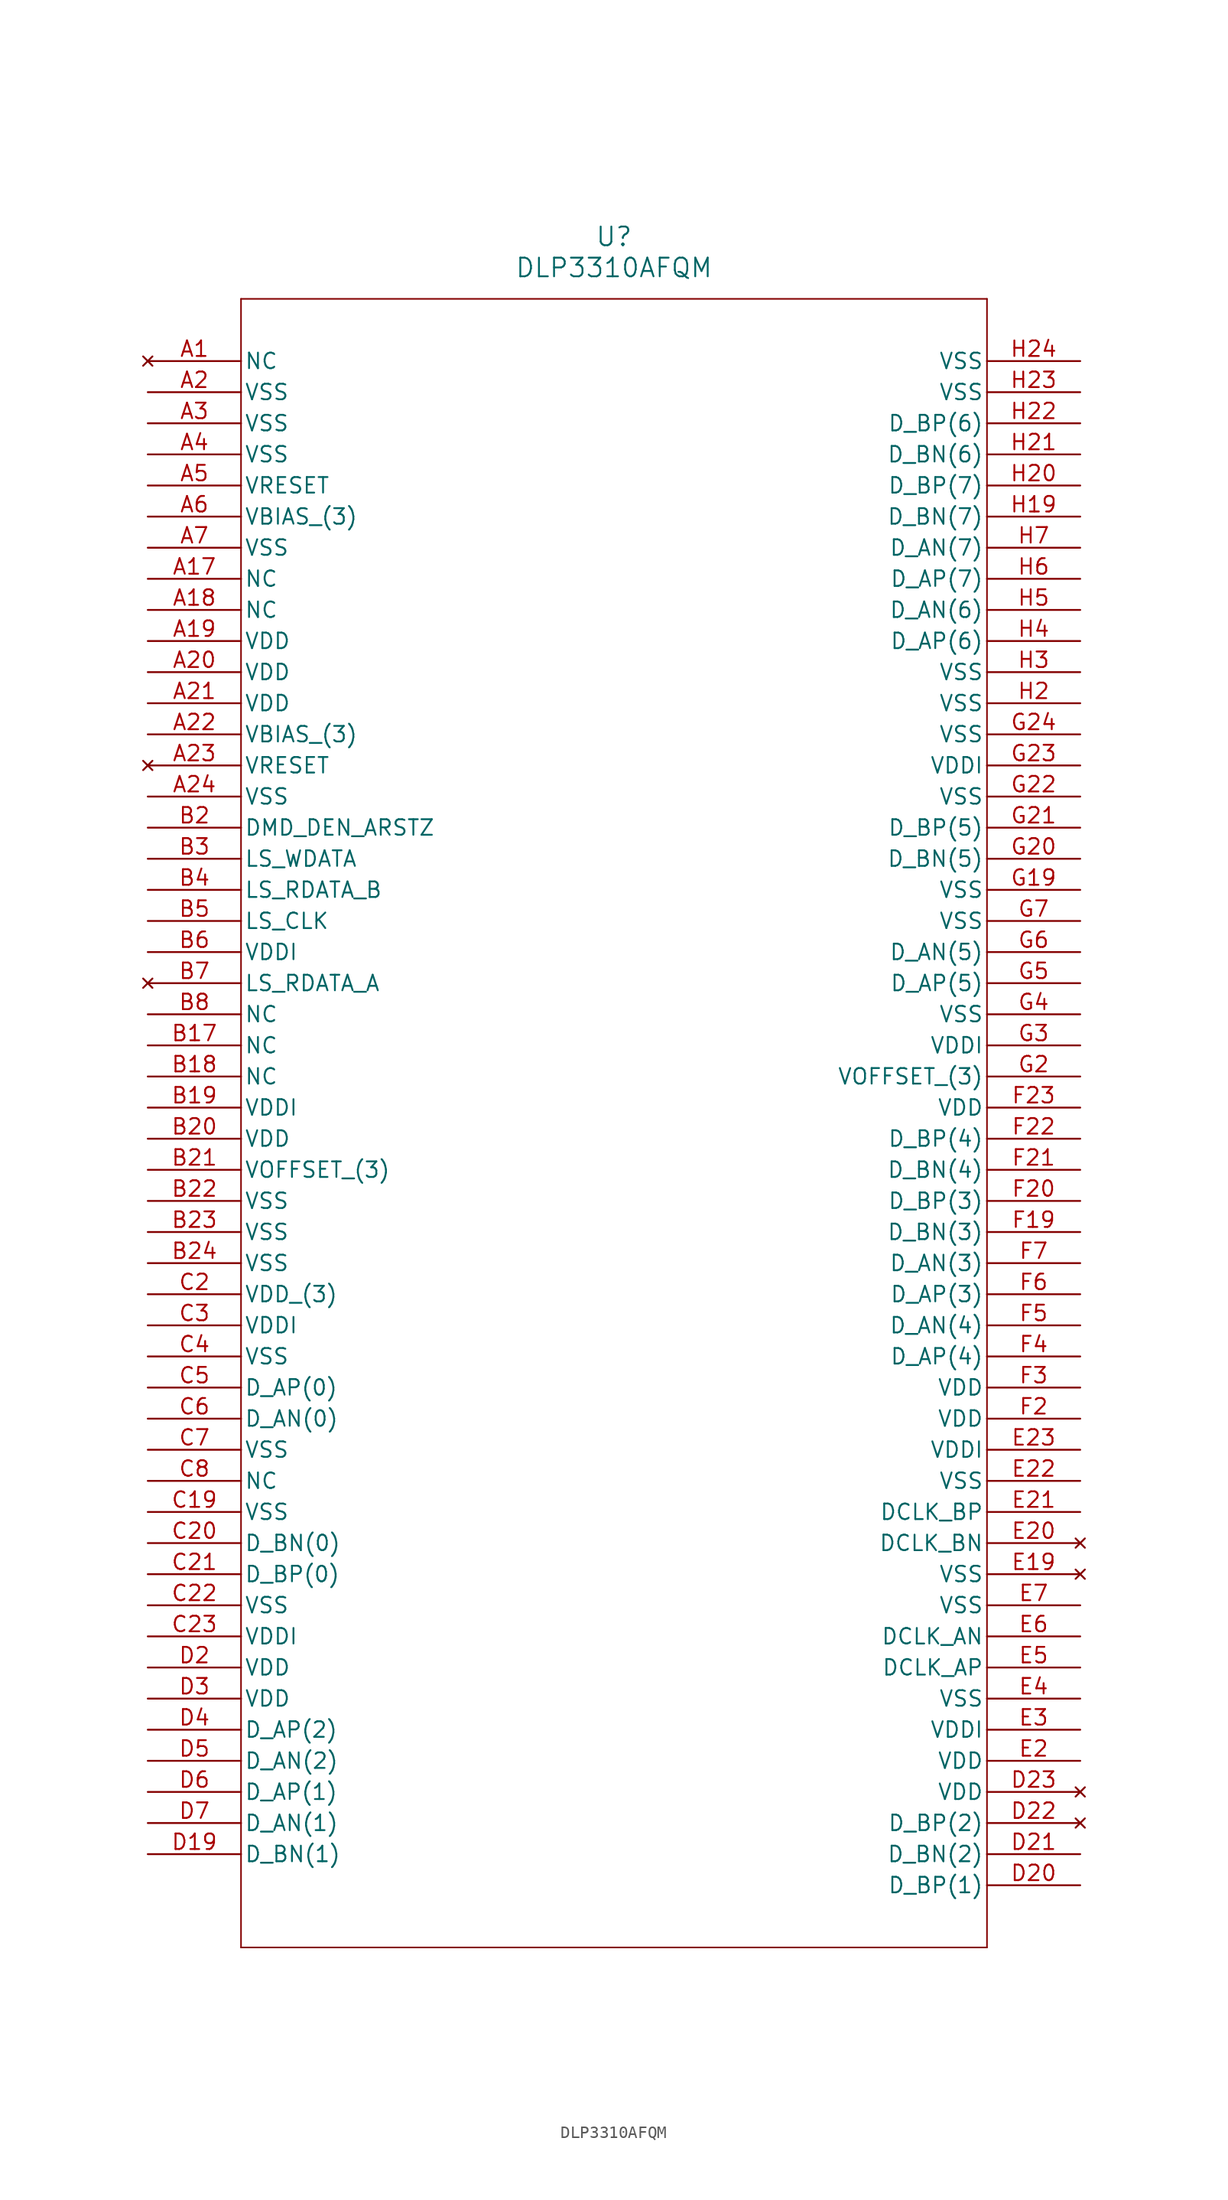
<source format=kicad_sym>
(kicad_symbol_lib
  (version 20211014)
  (generator kicad_symbol_editor)
  (symbol "DLP3310AFQM"
    (pin_names
      (offset 0.254))
    (property "Reference" "U"
      (at 38.1 10.16 0)
      (effects (font (size 1.524 1.524))))
    (property "Value" "DLP3310AFQM"
      (at 38.1 7.62 0)
      (effects (font (size 1.524 1.524))))
    (polyline
      (pts (xy 7.62 5.08) (xy 7.62 -129.54))
      (stroke (width 0.127) (type default) (color 0 0 0 0))
      (fill (type none)))
    (polyline
      (pts (xy 7.62 -129.54) (xy 68.58 -129.54))
      (stroke (width 0.127) (type default) (color 0 0 0 0))
      (fill (type none)))
    (polyline
      (pts (xy 68.58 -129.54) (xy 68.58 5.08))
      (stroke (width 0.127) (type default) (color 0 0 0 0))
      (fill (type none)))
    (polyline
      (pts (xy 68.58 5.08) (xy 7.62 5.08))
      (stroke (width 0.127) (type default) (color 0 0 0 0))
      (fill (type none)))
    (pin no_connect line
      (at 0 0 0)
      (length 7.62)
      (name "NC" (effects (font (size 1.27 1.27))))
      (number "A1" (effects (font (size 1.27 1.27)))))
    (pin power_out line
      (at 0 -2.54 0)
      (length 7.62)
      (name "VSS" (effects (font (size 1.27 1.27))))
      (number "A2" (effects (font (size 1.27 1.27)))))
    (pin power_out line
      (at 0 -5.08 0)
      (length 7.62)
      (name "VSS" (effects (font (size 1.27 1.27))))
      (number "A3" (effects (font (size 1.27 1.27)))))
    (pin power_out line
      (at 0 -7.62 0)
      (length 7.62)
      (name "VSS" (effects (font (size 1.27 1.27))))
      (number "A4" (effects (font (size 1.27 1.27)))))
    (pin power_in line
      (at 0 -10.16 0)
      (length 7.62)
      (name "VRESET" (effects (font (size 1.27 1.27))))
      (number "A5" (effects (font (size 1.27 1.27)))))
    (pin power_in line
      (at 0 -12.7 0)
      (length 7.62)
      (name "VBIAS (3)" (effects (font (size 1.27 1.27))))
      (number "A6" (effects (font (size 1.27 1.27)))))
    (pin power_out line
      (at 0 -15.24 0)
      (length 7.62)
      (name "VSS" (effects (font (size 1.27 1.27))))
      (number "A7" (effects (font (size 1.27 1.27)))))
    (pin input line
      (at 0 -17.78 0)
      (length 7.62)
      (name "NC" (effects (font (size 1.27 1.27))))
      (number "A17" (effects (font (size 1.27 1.27)))))
    (pin input line
      (at 0 -20.32 0)
      (length 7.62)
      (name "NC" (effects (font (size 1.27 1.27))))
      (number "A18" (effects (font (size 1.27 1.27)))))
    (pin output line
      (at 0 -22.86 0)
      (length 7.62)
      (name "VDD" (effects (font (size 1.27 1.27))))
      (number "A19" (effects (font (size 1.27 1.27)))))
    (pin input line
      (at 0 -25.4 0)
      (length 7.62)
      (name "VDD" (effects (font (size 1.27 1.27))))
      (number "A20" (effects (font (size 1.27 1.27)))))
    (pin power_in line
      (at 0 -27.94 0)
      (length 7.62)
      (name "VDD" (effects (font (size 1.27 1.27))))
      (number "A21" (effects (font (size 1.27 1.27)))))
    (pin output line
      (at 0 -30.48 0)
      (length 7.62)
      (name "VBIAS (3)" (effects (font (size 1.27 1.27))))
      (number "A22" (effects (font (size 1.27 1.27)))))
    (pin no_connect line
      (at 0 -33.02 0)
      (length 7.62)
      (name "VRESET" (effects (font (size 1.27 1.27))))
      (number "A23" (effects (font (size 1.27 1.27)))))
    (pin power_in line
      (at 0 -35.56 0)
      (length 7.62)
      (name "VSS" (effects (font (size 1.27 1.27))))
      (number "A24" (effects (font (size 1.27 1.27)))))
    (pin power_in line
      (at 0 -38.1 0)
      (length 7.62)
      (name "DMD_DEN_ARSTZ" (effects (font (size 1.27 1.27))))
      (number "B2" (effects (font (size 1.27 1.27)))))
    (pin power_out line
      (at 0 -40.64 0)
      (length 7.62)
      (name "LS_WDATA" (effects (font (size 1.27 1.27))))
      (number "B3" (effects (font (size 1.27 1.27)))))
    (pin input line
      (at 0 -43.18 0)
      (length 7.62)
      (name "LS_RDATA_B" (effects (font (size 1.27 1.27))))
      (number "B4" (effects (font (size 1.27 1.27)))))
    (pin input line
      (at 0 -45.72 0)
      (length 7.62)
      (name "LS_CLK" (effects (font (size 1.27 1.27))))
      (number "B5" (effects (font (size 1.27 1.27)))))
    (pin power_out line
      (at 0 -48.26 0)
      (length 7.62)
      (name "VDDI" (effects (font (size 1.27 1.27))))
      (number "B6" (effects (font (size 1.27 1.27)))))
    (pin no_connect line
      (at 0 -50.8 0)
      (length 7.62)
      (name "LS_RDATA_A" (effects (font (size 1.27 1.27))))
      (number "B7" (effects (font (size 1.27 1.27)))))
    (pin power_in line
      (at 0 -53.34 0)
      (length 7.62)
      (name "NC" (effects (font (size 1.27 1.27))))
      (number "B8" (effects (font (size 1.27 1.27)))))
    (pin power_in line
      (at 0 -55.88 0)
      (length 7.62)
      (name "NC" (effects (font (size 1.27 1.27))))
      (number "B17" (effects (font (size 1.27 1.27)))))
    (pin input line
      (at 0 -58.42 0)
      (length 7.62)
      (name "NC" (effects (font (size 1.27 1.27))))
      (number "B18" (effects (font (size 1.27 1.27)))))
    (pin input line
      (at 0 -60.96 0)
      (length 7.62)
      (name "VDDI" (effects (font (size 1.27 1.27))))
      (number "B19" (effects (font (size 1.27 1.27)))))
    (pin input line
      (at 0 -63.5 0)
      (length 7.62)
      (name "VDD" (effects (font (size 1.27 1.27))))
      (number "B20" (effects (font (size 1.27 1.27)))))
    (pin input line
      (at 0 -66.04 0)
      (length 7.62)
      (name "VOFFSET (3)" (effects (font (size 1.27 1.27))))
      (number "B21" (effects (font (size 1.27 1.27)))))
    (pin power_in line
      (at 0 -68.58 0)
      (length 7.62)
      (name "VSS" (effects (font (size 1.27 1.27))))
      (number "B22" (effects (font (size 1.27 1.27)))))
    (pin power_in line
      (at 0 -71.12 0)
      (length 7.62)
      (name "VSS" (effects (font (size 1.27 1.27))))
      (number "B23" (effects (font (size 1.27 1.27)))))
    (pin power_out line
      (at 0 -73.66 0)
      (length 7.62)
      (name "VSS" (effects (font (size 1.27 1.27))))
      (number "B24" (effects (font (size 1.27 1.27)))))
    (pin input line
      (at 0 -76.2 0)
      (length 7.62)
      (name "VDD (3)" (effects (font (size 1.27 1.27))))
      (number "C2" (effects (font (size 1.27 1.27)))))
    (pin input line
      (at 0 -78.74 0)
      (length 7.62)
      (name "VDDI" (effects (font (size 1.27 1.27))))
      (number "C3" (effects (font (size 1.27 1.27)))))
    (pin power_out line
      (at 0 -81.28 0)
      (length 7.62)
      (name "VSS" (effects (font (size 1.27 1.27))))
      (number "C4" (effects (font (size 1.27 1.27)))))
    (pin power_in line
      (at 0 -83.82 0)
      (length 7.62)
      (name "D_AP(0)" (effects (font (size 1.27 1.27))))
      (number "C5" (effects (font (size 1.27 1.27)))))
    (pin power_in line
      (at 0 -86.36 0)
      (length 7.62)
      (name "D_AN(0)" (effects (font (size 1.27 1.27))))
      (number "C6" (effects (font (size 1.27 1.27)))))
    (pin input line
      (at 0 -88.9 0)
      (length 7.62)
      (name "VSS" (effects (font (size 1.27 1.27))))
      (number "C7" (effects (font (size 1.27 1.27)))))
    (pin input line
      (at 0 -91.44 0)
      (length 7.62)
      (name "NC" (effects (font (size 1.27 1.27))))
      (number "C8" (effects (font (size 1.27 1.27)))))
    (pin input line
      (at 0 -93.98 0)
      (length 7.62)
      (name "VSS" (effects (font (size 1.27 1.27))))
      (number "C19" (effects (font (size 1.27 1.27)))))
    (pin input line
      (at 0 -96.52 0)
      (length 7.62)
      (name "D_BN(0)" (effects (font (size 1.27 1.27))))
      (number "C20" (effects (font (size 1.27 1.27)))))
    (pin power_in line
      (at 0 -99.06 0)
      (length 7.62)
      (name "D_BP(0)" (effects (font (size 1.27 1.27))))
      (number "C21" (effects (font (size 1.27 1.27)))))
    (pin power_in line
      (at 0 -101.6 0)
      (length 7.62)
      (name "VSS" (effects (font (size 1.27 1.27))))
      (number "C22" (effects (font (size 1.27 1.27)))))
    (pin power_out line
      (at 0 -104.14 0)
      (length 7.62)
      (name "VDDI" (effects (font (size 1.27 1.27))))
      (number "C23" (effects (font (size 1.27 1.27)))))
    (pin input line
      (at 0 -106.68 0)
      (length 7.62)
      (name "VDD" (effects (font (size 1.27 1.27))))
      (number "D2" (effects (font (size 1.27 1.27)))))
    (pin input line
      (at 0 -109.22 0)
      (length 7.62)
      (name "VDD" (effects (font (size 1.27 1.27))))
      (number "D3" (effects (font (size 1.27 1.27)))))
    (pin power_out line
      (at 0 -111.76 0)
      (length 7.62)
      (name "D_AP(2)" (effects (font (size 1.27 1.27))))
      (number "D4" (effects (font (size 1.27 1.27)))))
    (pin power_out line
      (at 0 -114.3 0)
      (length 7.62)
      (name "D_AN(2)" (effects (font (size 1.27 1.27))))
      (number "D5" (effects (font (size 1.27 1.27)))))
    (pin power_out line
      (at 0 -116.84 0)
      (length 7.62)
      (name "D_AP(1)" (effects (font (size 1.27 1.27))))
      (number "D6" (effects (font (size 1.27 1.27)))))
    (pin input line
      (at 0 -119.38 0)
      (length 7.62)
      (name "D_AN(1)" (effects (font (size 1.27 1.27))))
      (number "D7" (effects (font (size 1.27 1.27)))))
    (pin input line
      (at 0 -121.92 0)
      (length 7.62)
      (name "D_BN(1)" (effects (font (size 1.27 1.27))))
      (number "D19" (effects (font (size 1.27 1.27)))))
    (pin input line
      (at 76.2 -124.46 180)
      (length 7.62)
      (name "D_BP(1)" (effects (font (size 1.27 1.27))))
      (number "D20" (effects (font (size 1.27 1.27)))))
    (pin input line
      (at 76.2 -121.92 180)
      (length 7.62)
      (name "D_BN(2)" (effects (font (size 1.27 1.27))))
      (number "D21" (effects (font (size 1.27 1.27)))))
    (pin no_connect line
      (at 76.2 -119.38 180)
      (length 7.62)
      (name "D_BP(2)" (effects (font (size 1.27 1.27))))
      (number "D22" (effects (font (size 1.27 1.27)))))
    (pin no_connect line
      (at 76.2 -116.84 180)
      (length 7.62)
      (name "VDD" (effects (font (size 1.27 1.27))))
      (number "D23" (effects (font (size 1.27 1.27)))))
    (pin power_in line
      (at 76.2 -114.3 180)
      (length 7.62)
      (name "VDD" (effects (font (size 1.27 1.27))))
      (number "E2" (effects (font (size 1.27 1.27)))))
    (pin power_in line
      (at 76.2 -111.76 180)
      (length 7.62)
      (name "VDDI" (effects (font (size 1.27 1.27))))
      (number "E3" (effects (font (size 1.27 1.27)))))
    (pin power_in line
      (at 76.2 -109.22 180)
      (length 7.62)
      (name "VSS" (effects (font (size 1.27 1.27))))
      (number "E4" (effects (font (size 1.27 1.27)))))
    (pin power_in line
      (at 76.2 -106.68 180)
      (length 7.62)
      (name "DCLK_AP" (effects (font (size 1.27 1.27))))
      (number "E5" (effects (font (size 1.27 1.27)))))
    (pin power_in line
      (at 76.2 -104.14 180)
      (length 7.62)
      (name "DCLK_AN" (effects (font (size 1.27 1.27))))
      (number "E6" (effects (font (size 1.27 1.27)))))
    (pin power_out line
      (at 76.2 -101.6 180)
      (length 7.62)
      (name "VSS" (effects (font (size 1.27 1.27))))
      (number "E7" (effects (font (size 1.27 1.27)))))
    (pin no_connect line
      (at 76.2 -99.06 180)
      (length 7.62)
      (name "VSS" (effects (font (size 1.27 1.27))))
      (number "E19" (effects (font (size 1.27 1.27)))))
    (pin no_connect line
      (at 76.2 -96.52 180)
      (length 7.62)
      (name "DCLK_BN" (effects (font (size 1.27 1.27))))
      (number "E20" (effects (font (size 1.27 1.27)))))
    (pin power_in line
      (at 76.2 -93.98 180)
      (length 7.62)
      (name "DCLK_BP" (effects (font (size 1.27 1.27))))
      (number "E21" (effects (font (size 1.27 1.27)))))
    (pin power_in line
      (at 76.2 -91.44 180)
      (length 7.62)
      (name "VSS" (effects (font (size 1.27 1.27))))
      (number "E22" (effects (font (size 1.27 1.27)))))
    (pin power_in line
      (at 76.2 -88.9 180)
      (length 7.62)
      (name "VDDI" (effects (font (size 1.27 1.27))))
      (number "E23" (effects (font (size 1.27 1.27)))))
    (pin power_out line
      (at 76.2 -86.36 180)
      (length 7.62)
      (name "VDD" (effects (font (size 1.27 1.27))))
      (number "F2" (effects (font (size 1.27 1.27)))))
    (pin power_out line
      (at 76.2 -83.82 180)
      (length 7.62)
      (name "VDD" (effects (font (size 1.27 1.27))))
      (number "F3" (effects (font (size 1.27 1.27)))))
    (pin power_out line
      (at 76.2 -81.28 180)
      (length 7.62)
      (name "D_AP(4)" (effects (font (size 1.27 1.27))))
      (number "F4" (effects (font (size 1.27 1.27)))))
    (pin power_out line
      (at 76.2 -78.74 180)
      (length 7.62)
      (name "D_AN(4)" (effects (font (size 1.27 1.27))))
      (number "F5" (effects (font (size 1.27 1.27)))))
    (pin input line
      (at 76.2 -76.2 180)
      (length 7.62)
      (name "D_AP(3)" (effects (font (size 1.27 1.27))))
      (number "F6" (effects (font (size 1.27 1.27)))))
    (pin input line
      (at 76.2 -73.66 180)
      (length 7.62)
      (name "D_AN(3)" (effects (font (size 1.27 1.27))))
      (number "F7" (effects (font (size 1.27 1.27)))))
    (pin power_out line
      (at 76.2 -71.12 180)
      (length 7.62)
      (name "D_BN(3)" (effects (font (size 1.27 1.27))))
      (number "F19" (effects (font (size 1.27 1.27)))))
    (pin power_in line
      (at 76.2 -68.58 180)
      (length 7.62)
      (name "D_BP(3)" (effects (font (size 1.27 1.27))))
      (number "F20" (effects (font (size 1.27 1.27)))))
    (pin input line
      (at 76.2 -66.04 180)
      (length 7.62)
      (name "D_BN(4)" (effects (font (size 1.27 1.27))))
      (number "F21" (effects (font (size 1.27 1.27)))))
    (pin input line
      (at 76.2 -63.5 180)
      (length 7.62)
      (name "D_BP(4)" (effects (font (size 1.27 1.27))))
      (number "F22" (effects (font (size 1.27 1.27)))))
    (pin input line
      (at 76.2 -60.96 180)
      (length 7.62)
      (name "VDD" (effects (font (size 1.27 1.27))))
      (number "F23" (effects (font (size 1.27 1.27)))))
    (pin input line
      (at 76.2 -58.42 180)
      (length 7.62)
      (name "VOFFSET (3)" (effects (font (size 1.27 1.27))))
      (number "G2" (effects (font (size 1.27 1.27)))))
    (pin power_in line
      (at 76.2 -55.88 180)
      (length 7.62)
      (name "VDDI" (effects (font (size 1.27 1.27))))
      (number "G3" (effects (font (size 1.27 1.27)))))
    (pin power_out line
      (at 76.2 -53.34 180)
      (length 7.62)
      (name "VSS" (effects (font (size 1.27 1.27))))
      (number "G4" (effects (font (size 1.27 1.27)))))
    (pin input line
      (at 76.2 -50.8 180)
      (length 7.62)
      (name "D_AP(5)" (effects (font (size 1.27 1.27))))
      (number "G5" (effects (font (size 1.27 1.27)))))
    (pin input line
      (at 76.2 -48.26 180)
      (length 7.62)
      (name "D_AN(5)" (effects (font (size 1.27 1.27))))
      (number "G6" (effects (font (size 1.27 1.27)))))
    (pin power_out line
      (at 76.2 -45.72 180)
      (length 7.62)
      (name "VSS" (effects (font (size 1.27 1.27))))
      (number "G7" (effects (font (size 1.27 1.27)))))
    (pin power_in line
      (at 76.2 -43.18 180)
      (length 7.62)
      (name "VSS" (effects (font (size 1.27 1.27))))
      (number "G19" (effects (font (size 1.27 1.27)))))
    (pin input line
      (at 76.2 -40.64 180)
      (length 7.62)
      (name "D_BN(5)" (effects (font (size 1.27 1.27))))
      (number "G20" (effects (font (size 1.27 1.27)))))
    (pin input line
      (at 76.2 -38.1 180)
      (length 7.62)
      (name "D_BP(5)" (effects (font (size 1.27 1.27))))
      (number "G21" (effects (font (size 1.27 1.27)))))
    (pin input line
      (at 76.2 -35.56 180)
      (length 7.62)
      (name "VSS" (effects (font (size 1.27 1.27))))
      (number "G22" (effects (font (size 1.27 1.27)))))
    (pin input line
      (at 76.2 -33.02 180)
      (length 7.62)
      (name "VDDI" (effects (font (size 1.27 1.27))))
      (number "G23" (effects (font (size 1.27 1.27)))))
    (pin power_in line
      (at 76.2 -30.48 180)
      (length 7.62)
      (name "VSS" (effects (font (size 1.27 1.27))))
      (number "G24" (effects (font (size 1.27 1.27)))))
    (pin power_out line
      (at 76.2 -27.94 180)
      (length 7.62)
      (name "VSS" (effects (font (size 1.27 1.27))))
      (number "H2" (effects (font (size 1.27 1.27)))))
    (pin input line
      (at 76.2 -25.4 180)
      (length 7.62)
      (name "VSS" (effects (font (size 1.27 1.27))))
      (number "H3" (effects (font (size 1.27 1.27)))))
    (pin input line
      (at 76.2 -22.86 180)
      (length 7.62)
      (name "D_AP(6)" (effects (font (size 1.27 1.27))))
      (number "H4" (effects (font (size 1.27 1.27)))))
    (pin power_out line
      (at 76.2 -20.32 180)
      (length 7.62)
      (name "D_AN(6)" (effects (font (size 1.27 1.27))))
      (number "H5" (effects (font (size 1.27 1.27)))))
    (pin power_in line
      (at 76.2 -17.78 180)
      (length 7.62)
      (name "D_AP(7)" (effects (font (size 1.27 1.27))))
      (number "H6" (effects (font (size 1.27 1.27)))))
    (pin power_out line
      (at 76.2 -15.24 180)
      (length 7.62)
      (name "D_AN(7)" (effects (font (size 1.27 1.27))))
      (number "H7" (effects (font (size 1.27 1.27)))))
    (pin input line
      (at 76.2 -12.7 180)
      (length 7.62)
      (name "D_BN(7)" (effects (font (size 1.27 1.27))))
      (number "H19" (effects (font (size 1.27 1.27)))))
    (pin input line
      (at 76.2 -10.16 180)
      (length 7.62)
      (name "D_BP(7)" (effects (font (size 1.27 1.27))))
      (number "H20" (effects (font (size 1.27 1.27)))))
    (pin input line
      (at 76.2 -7.62 180)
      (length 7.62)
      (name "D_BN(6)" (effects (font (size 1.27 1.27))))
      (number "H21" (effects (font (size 1.27 1.27)))))
    (pin input line
      (at 76.2 -5.08 180)
      (length 7.62)
      (name "D_BP(6)" (effects (font (size 1.27 1.27))))
      (number "H22" (effects (font (size 1.27 1.27)))))
    (pin power_out line
      (at 76.2 -2.54 180)
      (length 7.62)
      (name "VSS" (effects (font (size 1.27 1.27))))
      (number "H23" (effects (font (size 1.27 1.27)))))
    (pin power_out line
      (at 76.2 0 180)
      (length 7.62)
      (name "VSS" (effects (font (size 1.27 1.27))))
      (number "H24" (effects (font (size 1.27 1.27)))))))
</source>
